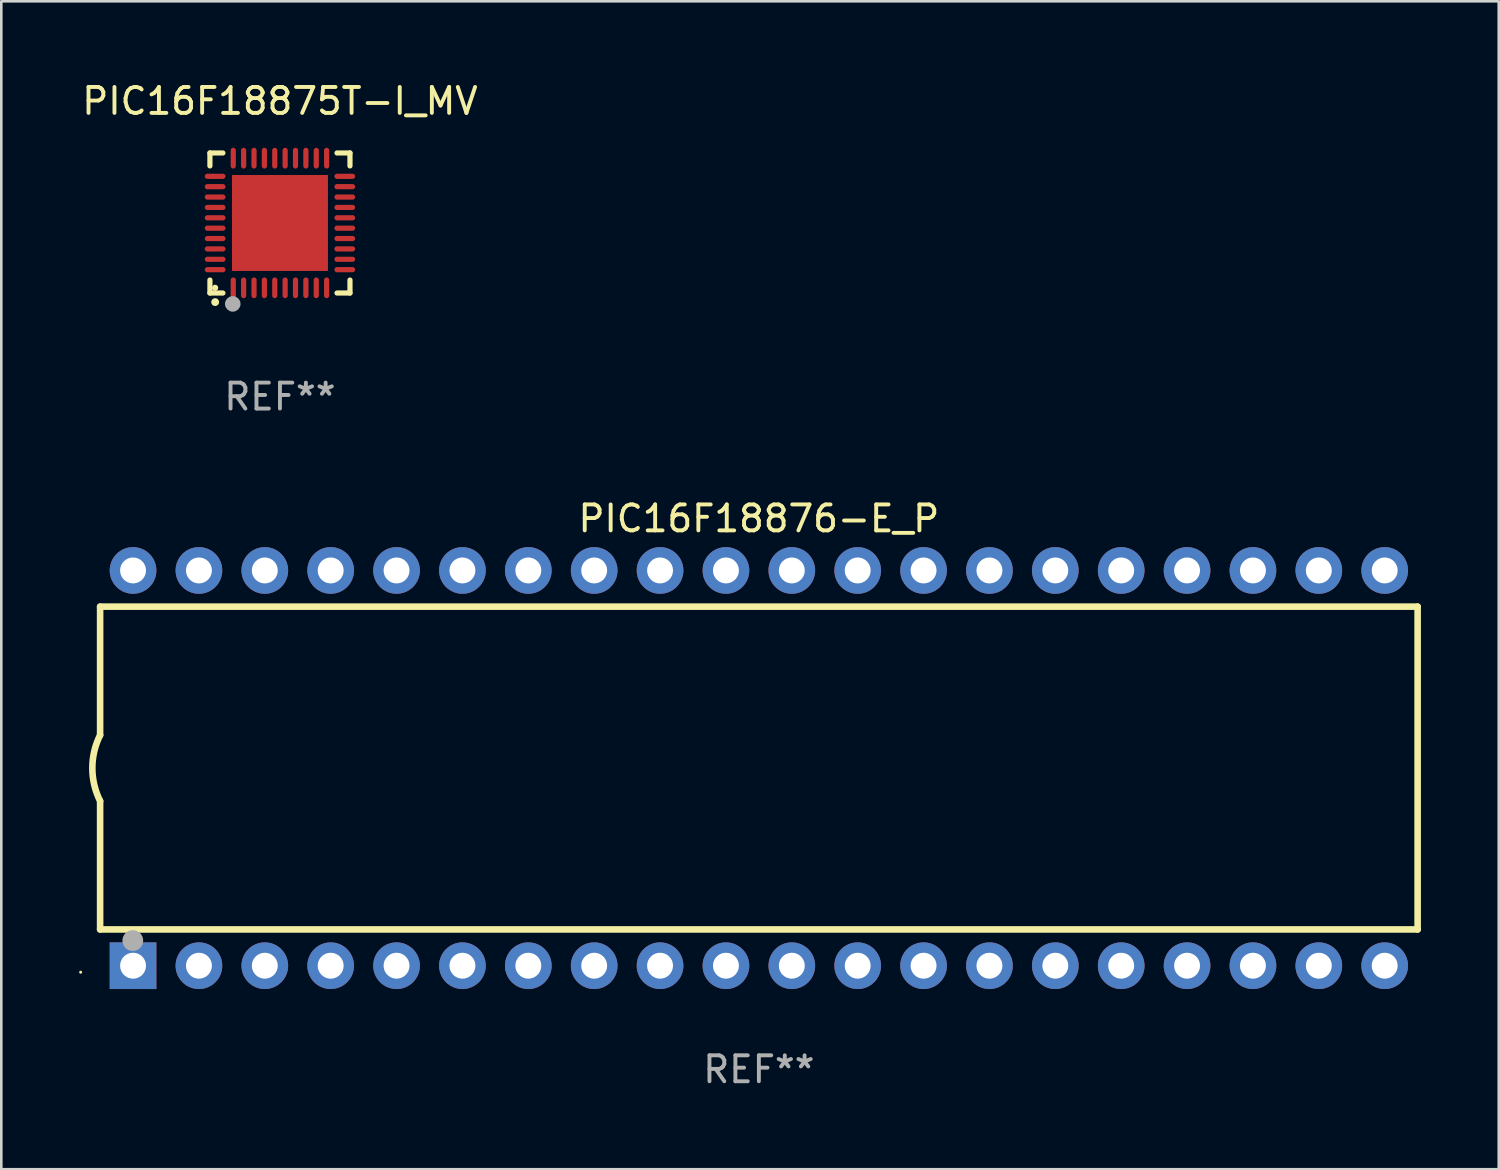
<source format=kicad_pcb>
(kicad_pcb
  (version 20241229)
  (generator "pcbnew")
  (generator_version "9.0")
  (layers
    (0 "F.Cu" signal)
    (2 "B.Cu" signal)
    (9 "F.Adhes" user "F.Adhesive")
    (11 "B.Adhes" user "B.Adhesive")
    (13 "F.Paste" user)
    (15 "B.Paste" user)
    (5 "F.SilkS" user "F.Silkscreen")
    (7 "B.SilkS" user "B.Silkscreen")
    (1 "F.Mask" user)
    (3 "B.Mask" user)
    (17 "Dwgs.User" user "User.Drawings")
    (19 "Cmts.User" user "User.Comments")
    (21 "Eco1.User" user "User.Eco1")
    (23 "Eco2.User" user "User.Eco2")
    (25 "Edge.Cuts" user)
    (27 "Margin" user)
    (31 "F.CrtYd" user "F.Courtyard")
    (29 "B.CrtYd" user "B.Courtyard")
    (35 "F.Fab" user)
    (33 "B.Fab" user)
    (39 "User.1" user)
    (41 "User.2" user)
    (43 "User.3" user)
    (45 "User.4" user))
  (footprint "PIC16F18876-E_P"
    (layer "F.Cu")
    (at 26.21 26.565)
    (property "Reference" "PIC16F18876-E_P" (at 0 -9.62 0) (layer "F.SilkS") (effects (font (size 1 1) (thickness 0.15))))
    (attr through_hole)
    (fp_line (start -25.4 -6.224) (end -25.4 -1.271) (stroke (width 0.254) (type solid)) (layer "F.SilkS"))
    (fp_line (start -25.4 -6.224) (end 25.4 -6.224) (stroke (width 0.254) (type solid)) (layer "F.SilkS"))
    (fp_line (start -25.4 1.269) (end -25.4 6.222) (stroke (width 0.254) (type solid)) (layer "F.SilkS"))
    (fp_line (start -25.4 6.222) (end 25.4 6.222) (stroke (width 0.254) (type solid)) (layer "F.SilkS"))
    (fp_line (start 25.4 6.222) (end 25.4 -6.224) (stroke (width 0.254) (type solid)) (layer "F.SilkS"))
    (fp_arc (start -25.4 1.269241) (mid -25.699807 -0.000762) (end -25.4 -1.270765) (stroke (width 0.254001) (type solid)) (layer "F.SilkS"))
    (fp_circle (center -26.15 7.87) (end -26.12 7.87) (stroke (width 0.06) (type solid)) (fill no) (layer "F.SilkS"))
    (fp_circle (center -24.14 6.65) (end -23.94 6.65) (stroke (width 0.4) (type solid)) (fill no) (layer "F.Fab"))
    (fp_text user "REF**" (at 0 11.62 0) (layer "F.Fab") (effects (font (size 1 1) (thickness 0.15))))
    (pad "1" thru_hole rect (at -24.13 7.62 90) (size 1.8 1.8) (drill 1) (layers "*.Cu" "*.Mask"))
    (pad "2" thru_hole circle (at -21.59 7.62) (size 1.8 1.8) (drill 1) (layers "*.Cu" "*.Mask"))
    (pad "3" thru_hole circle (at -19.05 7.62) (size 1.8 1.8) (drill 1) (layers "*.Cu" "*.Mask"))
    (pad "4" thru_hole circle (at -16.51 7.62) (size 1.8 1.8) (drill 1) (layers "*.Cu" "*.Mask"))
    (pad "5" thru_hole circle (at -13.97 7.62) (size 1.8 1.8) (drill 1) (layers "*.Cu" "*.Mask"))
    (pad "6" thru_hole circle (at -11.43 7.62) (size 1.8 1.8) (drill 1) (layers "*.Cu" "*.Mask"))
    (pad "7" thru_hole circle (at -8.89 7.62) (size 1.8 1.8) (drill 1) (layers "*.Cu" "*.Mask"))
    (pad "8" thru_hole circle (at -6.35 7.62) (size 1.8 1.8) (drill 1) (layers "*.Cu" "*.Mask"))
    (pad "9" thru_hole circle (at -3.81 7.62) (size 1.8 1.8) (drill 1) (layers "*.Cu" "*.Mask"))
    (pad "10" thru_hole circle (at -1.27 7.62) (size 1.8 1.8) (drill 1) (layers "*.Cu" "*.Mask"))
    (pad "11" thru_hole circle (at 1.27 7.62) (size 1.8 1.8) (drill 1) (layers "*.Cu" "*.Mask"))
    (pad "12" thru_hole circle (at 3.81 7.62) (size 1.8 1.8) (drill 1) (layers "*.Cu" "*.Mask"))
    (pad "13" thru_hole circle (at 6.35 7.62) (size 1.8 1.8) (drill 1) (layers "*.Cu" "*.Mask"))
    (pad "14" thru_hole circle (at 8.89 7.62) (size 1.8 1.8) (drill 1) (layers "*.Cu" "*.Mask"))
    (pad "15" thru_hole circle (at 11.43 7.62) (size 1.8 1.8) (drill 1) (layers "*.Cu" "*.Mask"))
    (pad "16" thru_hole circle (at 13.97 7.62) (size 1.8 1.8) (drill 1) (layers "*.Cu" "*.Mask"))
    (pad "17" thru_hole circle (at 16.51 7.62) (size 1.8 1.8) (drill 1) (layers "*.Cu" "*.Mask"))
    (pad "18" thru_hole circle (at 19.05 7.62) (size 1.8 1.8) (drill 1) (layers "*.Cu" "*.Mask"))
    (pad "19" thru_hole circle (at 21.59 7.62) (size 1.8 1.8) (drill 1) (layers "*.Cu" "*.Mask"))
    (pad "20" thru_hole circle (at 24.13 7.62) (size 1.8 1.8) (drill 1) (layers "*.Cu" "*.Mask"))
    (pad "21" thru_hole circle (at 24.13 -7.62) (size 1.8 1.8) (drill 1) (layers "*.Cu" "*.Mask"))
    (pad "22" thru_hole circle (at 21.59 -7.62) (size 1.8 1.8) (drill 1) (layers "*.Cu" "*.Mask"))
    (pad "23" thru_hole circle (at 19.05 -7.62) (size 1.8 1.8) (drill 1) (layers "*.Cu" "*.Mask"))
    (pad "24" thru_hole circle (at 16.51 -7.62) (size 1.8 1.8) (drill 1) (layers "*.Cu" "*.Mask"))
    (pad "25" thru_hole circle (at 13.97 -7.62) (size 1.8 1.8) (drill 1) (layers "*.Cu" "*.Mask"))
    (pad "26" thru_hole circle (at 11.43 -7.62) (size 1.8 1.8) (drill 1) (layers "*.Cu" "*.Mask"))
    (pad "27" thru_hole circle (at 8.89 -7.62) (size 1.8 1.8) (drill 1) (layers "*.Cu" "*.Mask"))
    (pad "28" thru_hole circle (at 6.35 -7.62) (size 1.8 1.8) (drill 1) (layers "*.Cu" "*.Mask"))
    (pad "29" thru_hole circle (at 3.81 -7.62) (size 1.8 1.8) (drill 1) (layers "*.Cu" "*.Mask"))
    (pad "30" thru_hole circle (at 1.27 -7.62) (size 1.8 1.8) (drill 1) (layers "*.Cu" "*.Mask"))
    (pad "31" thru_hole circle (at -1.27 -7.62) (size 1.8 1.8) (drill 1) (layers "*.Cu" "*.Mask"))
    (pad "32" thru_hole circle (at -3.81 -7.62) (size 1.8 1.8) (drill 1) (layers "*.Cu" "*.Mask"))
    (pad "33" thru_hole circle (at -6.35 -7.62) (size 1.8 1.8) (drill 1) (layers "*.Cu" "*.Mask"))
    (pad "34" thru_hole circle (at -8.89 -7.62) (size 1.8 1.8) (drill 1) (layers "*.Cu" "*.Mask"))
    (pad "35" thru_hole circle (at -11.43 -7.62) (size 1.8 1.8) (drill 1) (layers "*.Cu" "*.Mask"))
    (pad "36" thru_hole circle (at -13.97 -7.62) (size 1.8 1.8) (drill 1) (layers "*.Cu" "*.Mask"))
    (pad "37" thru_hole circle (at -16.51 -7.62) (size 1.8 1.8) (drill 1) (layers "*.Cu" "*.Mask"))
    (pad "38" thru_hole circle (at -19.05 -7.62) (size 1.8 1.8) (drill 1) (layers "*.Cu" "*.Mask"))
    (pad "39" thru_hole circle (at -21.59 -7.62) (size 1.8 1.8) (drill 1) (layers "*.Cu" "*.Mask"))
    (pad "40" thru_hole circle (at -24.13 -7.62) (size 1.8 1.8) (drill 1) (layers "*.Cu" "*.Mask")))
  (footprint "PIC16F18875T-I_MV"
    (layer "F.Cu")
    (at 7.744 5.548)
    (property "Reference" "PIC16F18875T-I_MV" (at 0 -4.7 0) (layer "F.SilkS") (effects (font (size 1 1) (thickness 0.15))))
    (attr through_hole)
    (fp_line (start -2.7 -2.7) (end -2.7 -2.2) (stroke (width 0.2) (type solid)) (layer "F.SilkS"))
    (fp_line (start -2.7 2.7) (end -2.7 2.2) (stroke (width 0.2) (type solid)) (layer "F.SilkS"))
    (fp_line (start -2.2 -2.7) (end -2.7 -2.7) (stroke (width 0.2) (type solid)) (layer "F.SilkS"))
    (fp_line (start -2.2 2.7) (end -2.7 2.7) (stroke (width 0.2) (type solid)) (layer "F.SilkS"))
    (fp_line (start 2.7 -2.7) (end 2.2 -2.7) (stroke (width 0.2) (type solid)) (layer "F.SilkS"))
    (fp_line (start 2.7 -2.2) (end 2.7 -2.7) (stroke (width 0.2) (type solid)) (layer "F.SilkS"))
    (fp_line (start 2.7 2.2) (end 2.7 2.7) (stroke (width 0.2) (type solid)) (layer "F.SilkS"))
    (fp_line (start 2.7 2.7) (end 2.2 2.7) (stroke (width 0.2) (type solid)) (layer "F.SilkS"))
    (fp_arc (start -2.499365 3.050546) (mid -2.498095 3.050541) (end -2.496825 3.050546) (stroke (width 0.3) (type solid)) (layer "F.SilkS"))
    (fp_circle (center -2.5 2.5) (end -2.44 2.5) (stroke (width 0.12) (type solid)) (fill no) (layer "F.SilkS"))
    (fp_circle (center -1.82 3.12) (end -1.67 3.12) (stroke (width 0.3) (type solid)) (fill no) (layer "F.Fab"))
    (fp_text user "REF**" (at 0 6.7 0) (layer "F.Fab") (effects (font (size 1 1) (thickness 0.15))))
    (pad "1" smd oval (at -1.8 2.499) (size 0.2 0.8) (layers "F.Cu" "F.Mask" "F.Paste"))
    (pad "2" smd oval (at -1.4 2.499) (size 0.2 0.8) (layers "F.Cu" "F.Mask" "F.Paste"))
    (pad "3" smd oval (at -1 2.499) (size 0.2 0.8) (layers "F.Cu" "F.Mask" "F.Paste"))
    (pad "4" smd oval (at -0.6 2.499) (size 0.2 0.8) (layers "F.Cu" "F.Mask" "F.Paste"))
    (pad "5" smd oval (at -0.2 2.499) (size 0.2 0.8) (layers "F.Cu" "F.Mask" "F.Paste"))
    (pad "6" smd oval (at 0.2 2.499) (size 0.2 0.8) (layers "F.Cu" "F.Mask" "F.Paste"))
    (pad "7" smd oval (at 0.6 2.499) (size 0.2 0.8) (layers "F.Cu" "F.Mask" "F.Paste"))
    (pad "8" smd oval (at 1 2.499) (size 0.2 0.8) (layers "F.Cu" "F.Mask" "F.Paste"))
    (pad "9" smd oval (at 1.4 2.499) (size 0.2 0.8) (layers "F.Cu" "F.Mask" "F.Paste"))
    (pad "10" smd oval (at 1.8 2.499) (size 0.2 0.8) (layers "F.Cu" "F.Mask" "F.Paste"))
    (pad "11" smd oval (at 2.499 1.8) (size 0.8 0.2) (layers "F.Cu" "F.Mask" "F.Paste"))
    (pad "12" smd oval (at 2.499 1.4) (size 0.8 0.2) (layers "F.Cu" "F.Mask" "F.Paste"))
    (pad "13" smd oval (at 2.499 1) (size 0.8 0.2) (layers "F.Cu" "F.Mask" "F.Paste"))
    (pad "14" smd oval (at 2.499 0.6) (size 0.8 0.2) (layers "F.Cu" "F.Mask" "F.Paste"))
    (pad "15" smd oval (at 2.499 0.2) (size 0.8 0.2) (layers "F.Cu" "F.Mask" "F.Paste"))
    (pad "16" smd oval (at 2.499 -0.2) (size 0.8 0.2) (layers "F.Cu" "F.Mask" "F.Paste"))
    (pad "17" smd oval (at 2.499 -0.6) (size 0.8 0.2) (layers "F.Cu" "F.Mask" "F.Paste"))
    (pad "18" smd oval (at 2.499 -1) (size 0.8 0.2) (layers "F.Cu" "F.Mask" "F.Paste"))
    (pad "19" smd oval (at 2.499 -1.4) (size 0.8 0.2) (layers "F.Cu" "F.Mask" "F.Paste"))
    (pad "20" smd oval (at 2.499 -1.8) (size 0.8 0.2) (layers "F.Cu" "F.Mask" "F.Paste"))
    (pad "21" smd oval (at 1.8 -2.499) (size 0.2 0.8) (layers "F.Cu" "F.Mask" "F.Paste"))
    (pad "22" smd oval (at 1.4 -2.499) (size 0.2 0.8) (layers "F.Cu" "F.Mask" "F.Paste"))
    (pad "23" smd oval (at 1 -2.499) (size 0.2 0.8) (layers "F.Cu" "F.Mask" "F.Paste"))
    (pad "24" smd oval (at 0.6 -2.499) (size 0.2 0.8) (layers "F.Cu" "F.Mask" "F.Paste"))
    (pad "25" smd oval (at 0.2 -2.499) (size 0.2 0.8) (layers "F.Cu" "F.Mask" "F.Paste"))
    (pad "26" smd oval (at -0.2 -2.499) (size 0.2 0.8) (layers "F.Cu" "F.Mask" "F.Paste"))
    (pad "27" smd oval (at -0.6 -2.499) (size 0.2 0.8) (layers "F.Cu" "F.Mask" "F.Paste"))
    (pad "28" smd oval (at -1 -2.499) (size 0.2 0.8) (layers "F.Cu" "F.Mask" "F.Paste"))
    (pad "29" smd oval (at -1.4 -2.499) (size 0.2 0.8) (layers "F.Cu" "F.Mask" "F.Paste"))
    (pad "30" smd oval (at -1.8 -2.499) (size 0.2 0.8) (layers "F.Cu" "F.Mask" "F.Paste"))
    (pad "31" smd oval (at -2.499 -1.8) (size 0.8 0.2) (layers "F.Cu" "F.Mask" "F.Paste"))
    (pad "32" smd oval (at -2.499 -1.4) (size 0.8 0.2) (layers "F.Cu" "F.Mask" "F.Paste"))
    (pad "33" smd oval (at -2.499 -1) (size 0.8 0.2) (layers "F.Cu" "F.Mask" "F.Paste"))
    (pad "34" smd oval (at -2.499 -0.6) (size 0.8 0.2) (layers "F.Cu" "F.Mask" "F.Paste"))
    (pad "35" smd oval (at -2.499 -0.2) (size 0.8 0.2) (layers "F.Cu" "F.Mask" "F.Paste"))
    (pad "36" smd oval (at -2.499 0.2) (size 0.8 0.2) (layers "F.Cu" "F.Mask" "F.Paste"))
    (pad "37" smd oval (at -2.499 0.6) (size 0.8 0.2) (layers "F.Cu" "F.Mask" "F.Paste"))
    (pad "38" smd oval (at -2.499 1) (size 0.8 0.2) (layers "F.Cu" "F.Mask" "F.Paste"))
    (pad "39" smd oval (at -2.499 1.4) (size 0.8 0.2) (layers "F.Cu" "F.Mask" "F.Paste"))
    (pad "40" smd oval (at -2.499 1.8) (size 0.8 0.2) (layers "F.Cu" "F.Mask" "F.Paste"))
    (pad "41" smd rect (at 0 0) (size 3.7 3.7) (layers "F.Cu" "F.Mask" "F.Paste")))
  (gr_rect
    (start -3 -3)
    (end 54.737 42.033)
    (stroke (width 0.1) (type default))
    (fill no)
    (layer "Edge.Cuts")))
</source>
